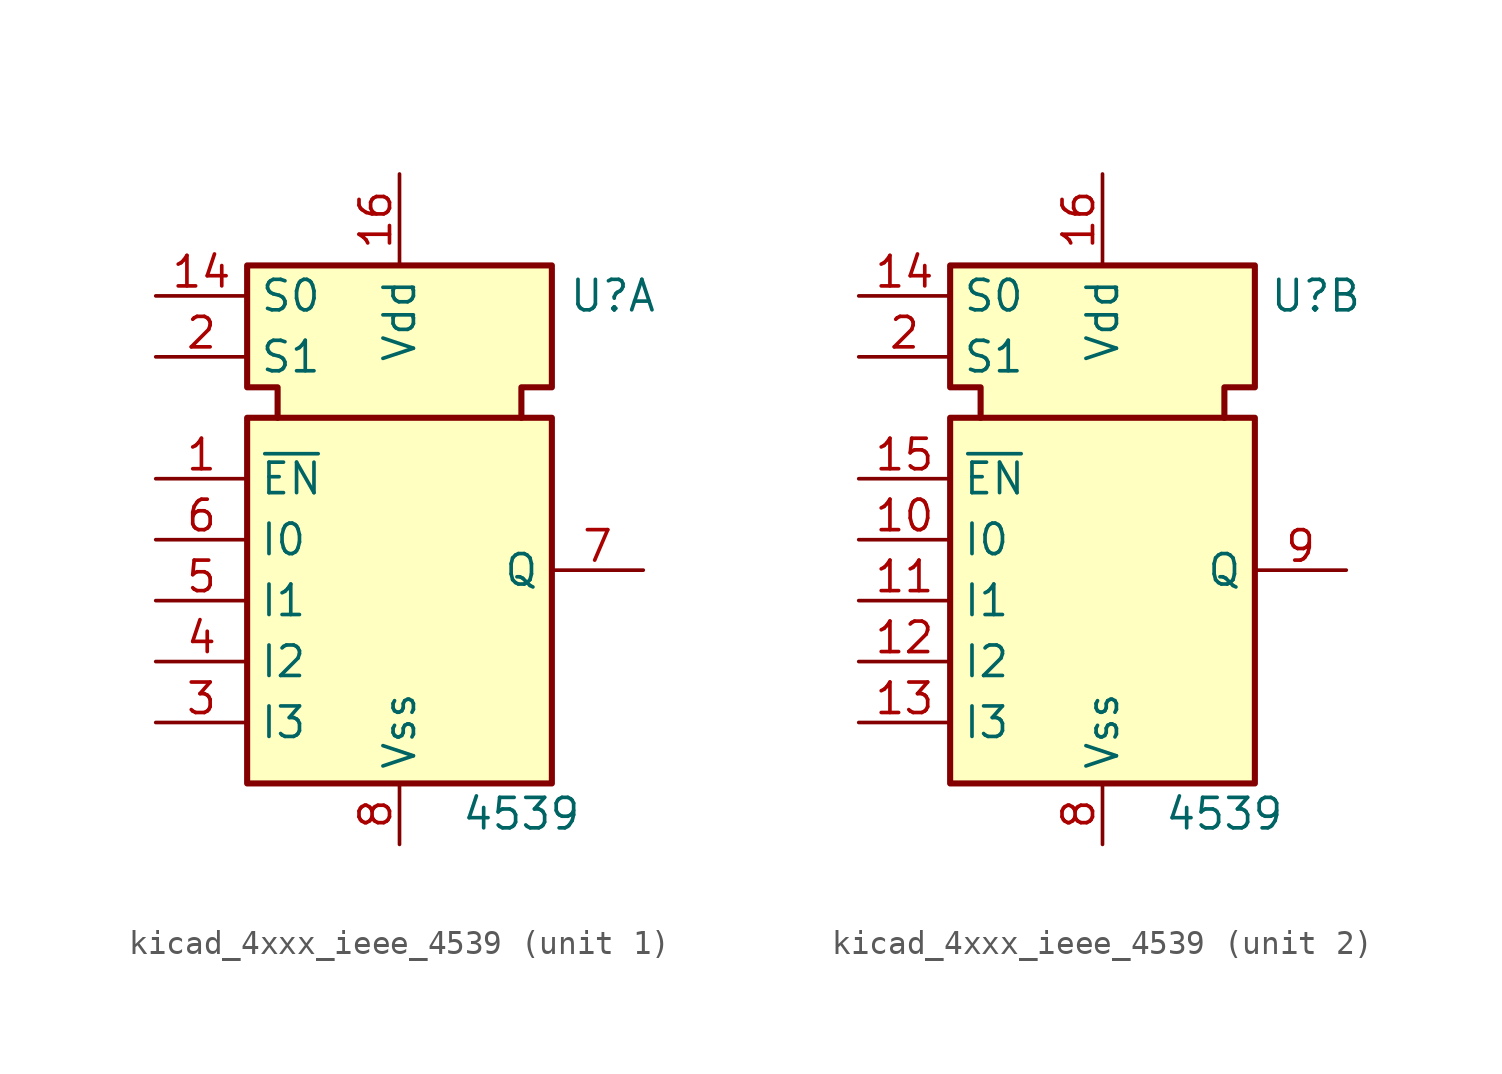
<source format=kicad_sym>
(kicad_symbol_lib
  (version 20220914)
  (generator kicad_symbol_editor)
  (symbol "kicad_4xxx_ieee_4539"
    (property "Reference" "U"
      (at 8.89 10.16 0)
      (effects (font (size 1.27 1.27))))
    (property "Value" "4539"
      (at 5.08 -11.43 0)
      (effects (font (size 1.27 1.27))))
    (symbol "kicad_4xxx_ieee_4539_0_1"
      (rectangle (start -6.35 5.08) (end 6.35 -10.16) (stroke (width 0.254) (type default)) (fill (type background)))
      (polyline (pts (xy -5.08 5.08) (xy -5.08 6.35) (xy -6.35 6.35) (xy -6.35 11.43) (xy 6.35 11.43) (xy 6.35 6.35) (xy 5.08 6.35) (xy 5.08 5.08) (xy 5.08 5.08)) (stroke (width 0.254) (type default)) (fill (type background)))
      (pin input line (at -10.16 10.16 0) (length 3.81) (name "S0" (effects (font (size 1.27 1.27)))) (number "14" (effects (font (size 1.27 1.27)))))
      (pin power_in line (at 0 15.24 270) (length 3.81) (name "Vdd" (effects (font (size 1.27 1.27)))) (number "16" (effects (font (size 1.27 1.27)))))
      (pin input line (at -10.16 7.62 0) (length 3.81) (name "S1" (effects (font (size 1.27 1.27)))) (number "2" (effects (font (size 1.27 1.27)))))
      (pin power_in line (at 0 -12.7 90) (length 2.54) (name "Vss" (effects (font (size 1.27 1.27)))) (number "8" (effects (font (size 1.27 1.27))))))
    (symbol "kicad_4xxx_ieee_4539_1_1"
      (pin input line (at -10.16 2.54 0) (length 3.81) (name "~{EN}" (effects (font (size 1.27 1.27)))) (number "1" (effects (font (size 1.27 1.27)))))
      (pin input line (at -10.16 -7.62 0) (length 3.81) (name "I3" (effects (font (size 1.27 1.27)))) (number "3" (effects (font (size 1.27 1.27)))))
      (pin input line (at -10.16 -5.08 0) (length 3.81) (name "I2" (effects (font (size 1.27 1.27)))) (number "4" (effects (font (size 1.27 1.27)))))
      (pin input line (at -10.16 -2.54 0) (length 3.81) (name "I1" (effects (font (size 1.27 1.27)))) (number "5" (effects (font (size 1.27 1.27)))))
      (pin input line (at -10.16 0 0) (length 3.81) (name "I0" (effects (font (size 1.27 1.27)))) (number "6" (effects (font (size 1.27 1.27)))))
      (pin output line (at 10.16 -1.27 180) (length 3.81) (name "Q" (effects (font (size 1.27 1.27)))) (number "7" (effects (font (size 1.27 1.27))))))
    (symbol "kicad_4xxx_ieee_4539_2_1"
      (pin input line (at -10.16 0 0) (length 3.81) (name "I0" (effects (font (size 1.27 1.27)))) (number "10" (effects (font (size 1.27 1.27)))))
      (pin input line (at -10.16 -2.54 0) (length 3.81) (name "I1" (effects (font (size 1.27 1.27)))) (number "11" (effects (font (size 1.27 1.27)))))
      (pin input line (at -10.16 -5.08 0) (length 3.81) (name "I2" (effects (font (size 1.27 1.27)))) (number "12" (effects (font (size 1.27 1.27)))))
      (pin input line (at -10.16 -7.62 0) (length 3.81) (name "I3" (effects (font (size 1.27 1.27)))) (number "13" (effects (font (size 1.27 1.27)))))
      (pin input line (at -10.16 2.54 0) (length 3.81) (name "~{EN}" (effects (font (size 1.27 1.27)))) (number "15" (effects (font (size 1.27 1.27)))))
      (pin output line (at 10.16 -1.27 180) (length 3.81) (name "Q" (effects (font (size 1.27 1.27)))) (number "9" (effects (font (size 1.27 1.27))))))))
</source>
